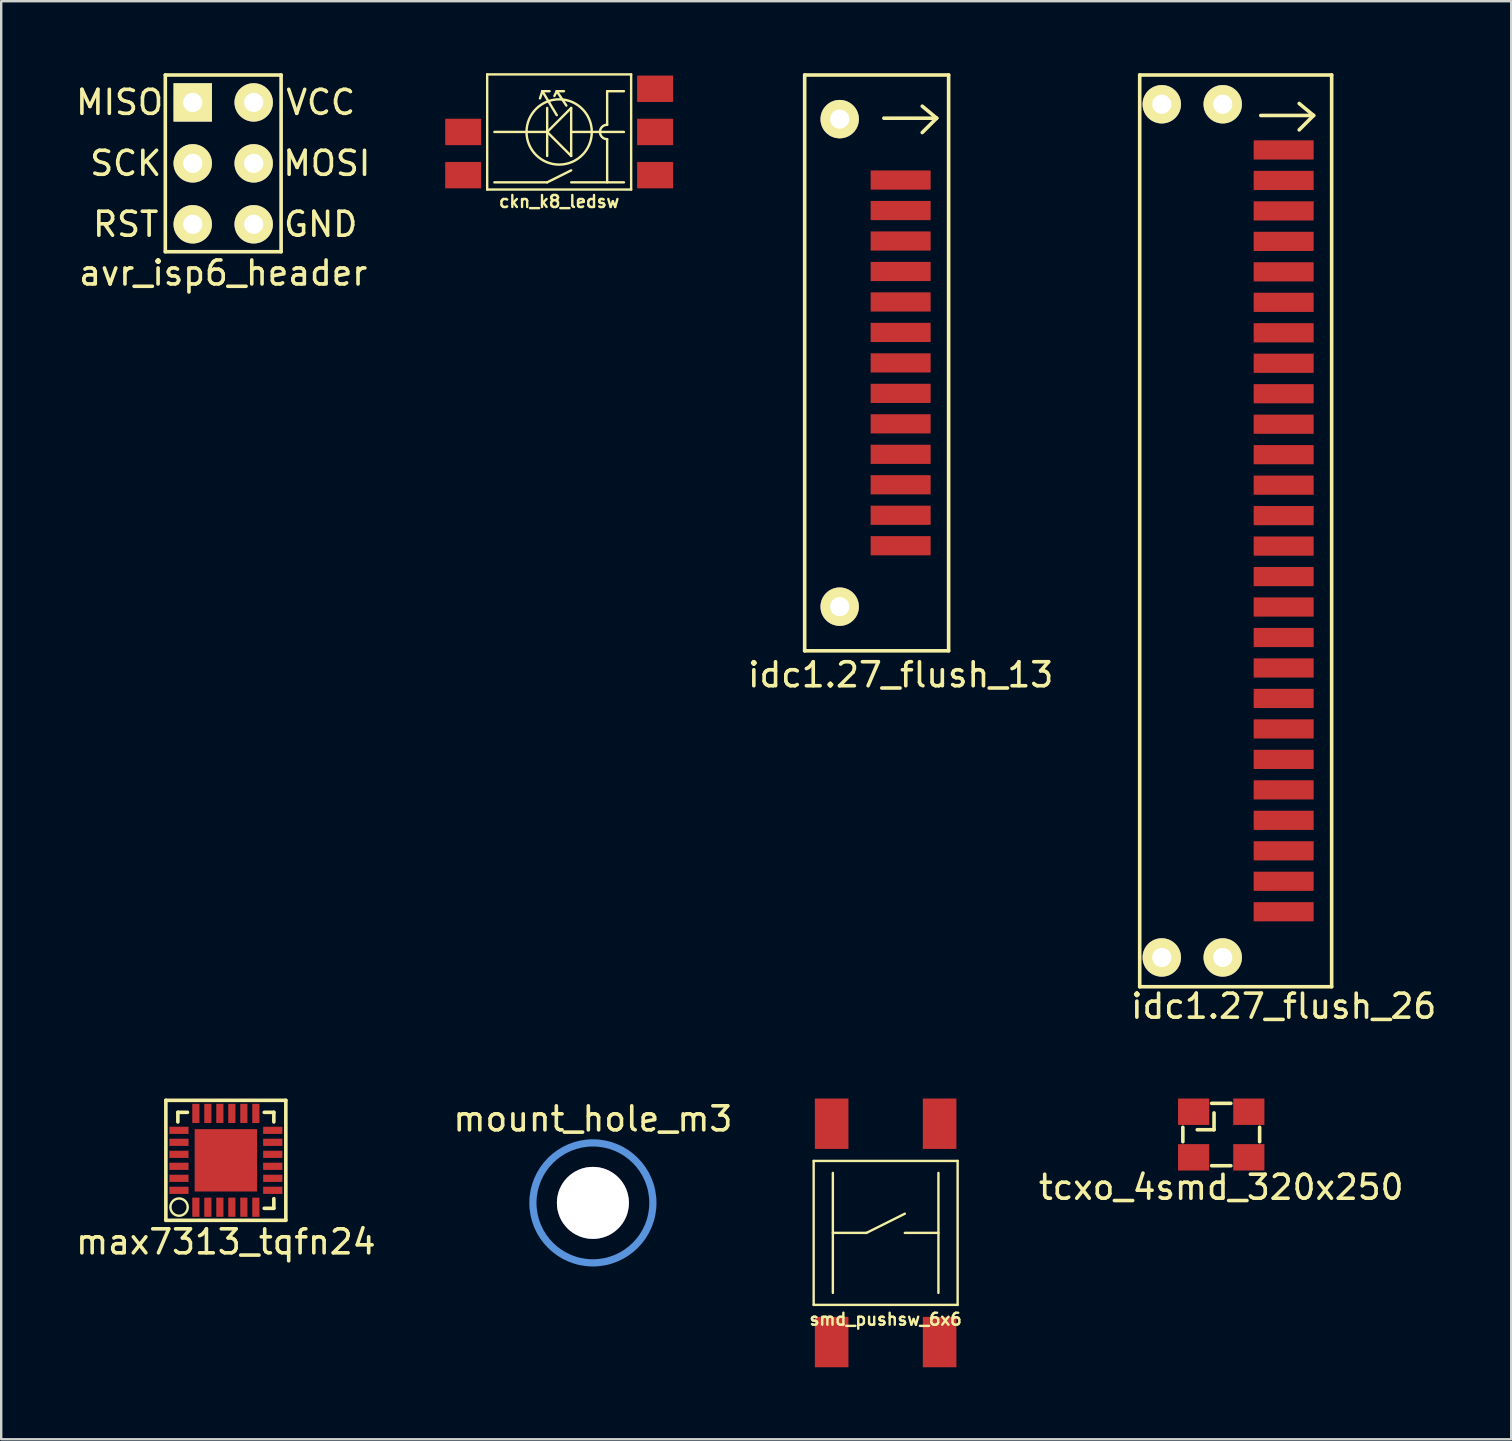
<source format=kicad_pcb>
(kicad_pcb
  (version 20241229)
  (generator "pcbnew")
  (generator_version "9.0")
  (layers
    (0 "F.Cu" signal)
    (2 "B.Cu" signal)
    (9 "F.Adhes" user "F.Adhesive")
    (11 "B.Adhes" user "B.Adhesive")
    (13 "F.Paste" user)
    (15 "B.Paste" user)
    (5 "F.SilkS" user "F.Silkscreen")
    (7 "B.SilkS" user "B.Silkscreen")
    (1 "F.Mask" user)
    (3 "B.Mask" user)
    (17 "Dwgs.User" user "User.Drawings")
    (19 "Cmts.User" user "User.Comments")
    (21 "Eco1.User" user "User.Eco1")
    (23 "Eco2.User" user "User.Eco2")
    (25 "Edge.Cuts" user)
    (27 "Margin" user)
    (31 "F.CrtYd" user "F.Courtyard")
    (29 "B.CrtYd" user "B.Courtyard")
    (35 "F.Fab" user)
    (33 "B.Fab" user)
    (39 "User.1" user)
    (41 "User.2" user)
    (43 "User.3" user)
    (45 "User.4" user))
  (footprint "avr_isp6_header"
    (layer "F.Cu")
    (at 6.253 3.758)
    (property "Reference" "avr_isp6_header" (at 0 4.572 0) (layer "F.SilkS") (effects (font (size 1 1) (thickness 0.15))))
    (attr through_hole)
    (fp_line (start -2.413 -3.683) (end 2.413 -3.683) (stroke (width 0.15) (type solid)) (layer "F.SilkS"))
    (fp_line (start -2.413 3.683) (end -2.413 -3.683) (stroke (width 0.15) (type solid)) (layer "F.SilkS"))
    (fp_line (start 2.413 -3.683) (end 2.413 3.683) (stroke (width 0.15) (type solid)) (layer "F.SilkS"))
    (fp_line (start 2.413 3.683) (end -2.413 3.683) (stroke (width 0.15) (type solid)) (layer "F.SilkS"))
    (fp_text user "GND" (at 4.064 2.54 0) (layer "F.SilkS") (effects (font (size 1 1) (thickness 0.15))))
    (fp_text user "MOSI" (at 4.318 0 0) (layer "F.SilkS") (effects (font (size 1 1) (thickness 0.15))))
    (fp_text user "VCC" (at 4.064 -2.54 0) (layer "F.SilkS") (effects (font (size 1 1) (thickness 0.15))))
    (fp_text user "RST" (at -4.064 2.54 180) (layer "F.SilkS") (effects (font (size 1 1) (thickness 0.15))))
    (fp_text user "MISO" (at -4.318 -2.54 180) (layer "F.SilkS") (effects (font (size 1 1) (thickness 0.15))))
    (fp_text user "SCK" (at -4.064 0 180) (layer "F.SilkS") (effects (font (size 1 1) (thickness 0.15))))
    (pad "1" thru_hole rect (at -1.27 -2.54) (size 1.6 1.6) (drill 0.8) (layers "*.Cu" "*.Mask" "F.SilkS"))
    (pad "2" thru_hole oval (at 1.27 -2.54) (size 1.6 1.6) (drill 0.8) (layers "*.Cu" "*.Mask" "F.SilkS"))
    (pad "3" thru_hole oval (at -1.27 0) (size 1.6 1.6) (drill 0.8) (layers "*.Cu" "*.Mask" "F.SilkS"))
    (pad "4" thru_hole oval (at 1.27 0) (size 1.6 1.6) (drill 0.8) (layers "*.Cu" "*.Mask" "F.SilkS"))
    (pad "5" thru_hole oval (at -1.27 2.54) (size 1.6 1.6) (drill 0.8) (layers "*.Cu" "*.Mask" "F.SilkS"))
    (pad "6" thru_hole oval (at 1.27 2.54) (size 1.6 1.6) (drill 0.8) (layers "*.Cu" "*.Mask" "F.SilkS")))
  (footprint "mount_hole_m3"
    (layer "F.Cu")
    (at 21.661 47.084)
    (property "Reference" "mount_hole_m3" (at 0 -3.5 0) (layer "F.SilkS") (effects (font (size 1 1) (thickness 0.15))))
    (attr through_hole)
    (fp_circle (center 0 0) (end 2.5 0) (stroke (width 0.3) (type solid)) (fill no) (layer "Cmts.User"))
    (pad "" thru_hole circle (at 0 0) (size 3 3) (drill 3) (layers)))
  (footprint "tcxo_4smd_320x250"
    (layer "F.Cu")
    (at 47.849 44.235)
    (property "Reference" "tcxo_4smd_320x250" (at 0 2.2 0) (layer "F.SilkS") (effects (font (size 1 1) (thickness 0.15))))
    (attr through_hole)
    (fp_line (start -1.6 0.3) (end -1.6 -0.3) (stroke (width 0.15) (type solid)) (layer "F.SilkS"))
    (fp_line (start -0.4 -1.3) (end 0.4 -1.3) (stroke (width 0.15) (type solid)) (layer "F.SilkS"))
    (fp_line (start -0.4 1.3) (end 0.4 1.3) (stroke (width 0.15) (type solid)) (layer "F.SilkS"))
    (fp_line (start -0.3 -0.2) (end -1 -0.2) (stroke (width 0.15) (type solid)) (layer "F.SilkS"))
    (fp_line (start -0.3 -0.2) (end -0.3 -0.9) (stroke (width 0.15) (type solid)) (layer "F.SilkS"))
    (fp_line (start 1.6 0.3) (end 1.6 -0.3) (stroke (width 0.15) (type solid)) (layer "F.SilkS"))
    (pad "1" smd rect (at -1.15 -0.95) (size 1.3 1.1) (layers "F.Cu" "F.Mask" "F.Paste"))
    (pad "2" smd rect (at 1.15 -0.95) (size 1.3 1.1) (layers "F.Cu" "F.Mask" "F.Paste"))
    (pad "3" smd rect (at 1.15 0.95) (size 1.3 1.1) (layers "F.Cu" "F.Mask" "F.Paste"))
    (pad "4" smd rect (at -1.15 0.95) (size 1.3 1.1) (layers "F.Cu" "F.Mask" "F.Paste")))
  (footprint "idc1.27_flush_26"
    (layer "F.Cu")
    (at 50.451 19.075)
    (property "Reference" "idc1.27_flush_26" (at 0 19.812 0) (layer "F.SilkS") (effects (font (size 1 1) (thickness 0.15))))
    (attr through_hole)
    (fp_line (start -6 -19) (end -6 19) (stroke (width 0.15) (type solid)) (layer "F.SilkS"))
    (fp_line (start -6 19) (end 2 19) (stroke (width 0.15) (type solid)) (layer "F.SilkS"))
    (fp_line (start -0.954 -17.312) (end 1.246 -17.312) (stroke (width 0.15) (type solid)) (layer "F.SilkS"))
    (fp_line (start 0.646 -16.712) (end 1.246 -17.312) (stroke (width 0.15) (type solid)) (layer "F.SilkS"))
    (fp_line (start 1.246 -17.312) (end 0.646 -17.812) (stroke (width 0.15) (type solid)) (layer "F.SilkS"))
    (fp_line (start 2 -19) (end -6 -19) (stroke (width 0.15) (type solid)) (layer "F.SilkS"))
    (fp_line (start 2 19) (end 2 -19) (stroke (width 0.15) (type solid)) (layer "F.SilkS"))
    (pad "" thru_hole circle (at -5.08 -17.78) (size 1.6 1.6) (drill 0.8) (layers "*.Cu" "*.Mask" "F.SilkS"))
    (pad "" thru_hole circle (at -5.08 17.78) (size 1.6 1.6) (drill 0.8) (layers "*.Cu" "*.Mask" "F.SilkS"))
    (pad "" thru_hole circle (at -2.54 -17.78) (size 1.6 1.6) (drill 0.8) (layers "*.Cu" "*.Mask" "F.SilkS"))
    (pad "" thru_hole circle (at -2.54 17.78) (size 1.6 1.6) (drill 0.8) (layers "*.Cu" "*.Mask" "F.SilkS"))
    (pad "1" smd rect (at 0 -15.875) (size 2.5 0.8) (layers "F.Cu" "F.Mask" "F.Paste"))
    (pad "2" smd rect (at 0 -14.605) (size 2.5 0.8) (layers "F.Cu" "F.Mask" "F.Paste"))
    (pad "3" smd rect (at 0 -13.335) (size 2.5 0.8) (layers "F.Cu" "F.Mask" "F.Paste"))
    (pad "4" smd rect (at 0 -12.065) (size 2.5 0.8) (layers "F.Cu" "F.Mask" "F.Paste"))
    (pad "5" smd rect (at 0 -10.795) (size 2.5 0.8) (layers "F.Cu" "F.Mask" "F.Paste"))
    (pad "6" smd rect (at 0 -9.525) (size 2.5 0.8) (layers "F.Cu" "F.Mask" "F.Paste"))
    (pad "7" smd rect (at 0 -8.255) (size 2.5 0.8) (layers "F.Cu" "F.Mask" "F.Paste"))
    (pad "8" smd rect (at 0 -6.985) (size 2.5 0.8) (layers "F.Cu" "F.Mask" "F.Paste"))
    (pad "9" smd rect (at 0 -5.715) (size 2.5 0.8) (layers "F.Cu" "F.Mask" "F.Paste"))
    (pad "10" smd rect (at 0 -4.445) (size 2.5 0.8) (layers "F.Cu" "F.Mask" "F.Paste"))
    (pad "11" smd rect (at 0 -3.175) (size 2.5 0.8) (layers "F.Cu" "F.Mask" "F.Paste"))
    (pad "12" smd rect (at 0 -1.905) (size 2.5 0.8) (layers "F.Cu" "F.Mask" "F.Paste"))
    (pad "13" smd rect (at 0 -0.635) (size 2.5 0.8) (layers "F.Cu" "F.Mask" "F.Paste"))
    (pad "14" smd rect (at 0 0.635) (size 2.5 0.8) (layers "F.Cu" "F.Mask" "F.Paste"))
    (pad "15" smd rect (at 0 1.905) (size 2.5 0.8) (layers "F.Cu" "F.Mask" "F.Paste"))
    (pad "16" smd rect (at 0 3.175) (size 2.5 0.8) (layers "F.Cu" "F.Mask" "F.Paste"))
    (pad "17" smd rect (at 0 4.445) (size 2.5 0.8) (layers "F.Cu" "F.Mask" "F.Paste"))
    (pad "18" smd rect (at 0 5.715) (size 2.5 0.8) (layers "F.Cu" "F.Mask" "F.Paste"))
    (pad "19" smd rect (at 0 6.985) (size 2.5 0.8) (layers "F.Cu" "F.Mask" "F.Paste"))
    (pad "20" smd rect (at 0 8.255) (size 2.5 0.8) (layers "F.Cu" "F.Mask" "F.Paste"))
    (pad "21" smd rect (at 0 9.525) (size 2.5 0.8) (layers "F.Cu" "F.Mask" "F.Paste"))
    (pad "22" smd rect (at 0 10.795) (size 2.5 0.8) (layers "F.Cu" "F.Mask" "F.Paste"))
    (pad "23" smd rect (at 0 12.065) (size 2.5 0.8) (layers "F.Cu" "F.Mask" "F.Paste"))
    (pad "24" smd rect (at 0 13.335) (size 2.5 0.8) (layers "F.Cu" "F.Mask" "F.Paste"))
    (pad "25" smd rect (at 0 14.605) (size 2.5 0.8) (layers "F.Cu" "F.Mask" "F.Paste"))
    (pad "26" smd rect (at 0 15.875) (size 2.5 0.8) (layers "F.Cu" "F.Mask" "F.Paste")))
  (footprint "smd_pushsw_6x6"
    (layer "F.Cu")
    (at 33.862 48.335)
    (property "Reference" "smd_pushsw_6x6" (at 0 3.6 0) (layer "F.SilkS") (effects (font (size 0.5 0.5) (thickness 0.1))))
    (attr through_hole)
    (fp_line (start -3 -3) (end -3 3) (stroke (width 0.1) (type solid)) (layer "F.SilkS"))
    (fp_line (start -3 3) (end 3 3) (stroke (width 0.1) (type solid)) (layer "F.SilkS"))
    (fp_line (start -2.2 -2.5) (end -2.2 2.5) (stroke (width 0.1) (type solid)) (layer "F.SilkS"))
    (fp_line (start -0.8 0) (end -2.2 0) (stroke (width 0.1) (type solid)) (layer "F.SilkS"))
    (fp_line (start -0.8 0) (end 0.8 -0.8) (stroke (width 0.1) (type solid)) (layer "F.SilkS"))
    (fp_line (start 0.8 0) (end 2.2 0) (stroke (width 0.1) (type solid)) (layer "F.SilkS"))
    (fp_line (start 2.2 -2.5) (end 2.2 2.5) (stroke (width 0.1) (type solid)) (layer "F.SilkS"))
    (fp_line (start 3 -3) (end -3 -3) (stroke (width 0.1) (type solid)) (layer "F.SilkS"))
    (fp_line (start 3 3) (end 3 -3) (stroke (width 0.1) (type solid)) (layer "F.SilkS"))
    (pad "1" smd rect (at 2.25 -4.55) (size 1.4 2.1) (layers "F.Cu" "F.Mask" "F.Paste"))
    (pad "2" smd rect (at 2.25 4.55) (size 1.4 2.1) (layers "F.Cu" "F.Mask" "F.Paste"))
    (pad "3" smd rect (at -2.25 -4.55) (size 1.4 2.1) (layers "F.Cu" "F.Mask" "F.Paste"))
    (pad "4" smd rect (at -2.25 4.55) (size 1.4 2.1) (layers "F.Cu" "F.Mask" "F.Paste")))
  (footprint "idc1.27_flush_13"
    (layer "F.Cu")
    (at 34.487 12.075)
    (property "Reference" "idc1.27_flush_13" (at 0 13 0) (layer "F.SilkS") (effects (font (size 1 1) (thickness 0.15))))
    (attr through_hole)
    (fp_line (start -4 -12) (end 2 -12) (stroke (width 0.15) (type solid)) (layer "F.SilkS"))
    (fp_line (start -4 12) (end -4 -12) (stroke (width 0.15) (type solid)) (layer "F.SilkS"))
    (fp_line (start -0.7 -10.2) (end 1.5 -10.2) (stroke (width 0.15) (type solid)) (layer "F.SilkS"))
    (fp_line (start 0.9 -9.6) (end 1.5 -10.2) (stroke (width 0.15) (type solid)) (layer "F.SilkS"))
    (fp_line (start 1.5 -10.2) (end 0.9 -10.7) (stroke (width 0.15) (type solid)) (layer "F.SilkS"))
    (fp_line (start 2 -12) (end 2 12) (stroke (width 0.15) (type solid)) (layer "F.SilkS"))
    (fp_line (start 2 12) (end -4 12) (stroke (width 0.15) (type solid)) (layer "F.SilkS"))
    (pad "" thru_hole circle (at -2.54 -10.16) (size 1.6 1.6) (drill 0.8) (layers "*.Cu" "*.Mask" "F.SilkS"))
    (pad "" thru_hole circle (at -2.54 10.16) (size 1.6 1.6) (drill 0.8) (layers "*.Cu" "*.Mask" "F.SilkS"))
    (pad "1" smd rect (at 0 -7.62) (size 2.5 0.8) (layers "F.Cu" "F.Mask" "F.Paste"))
    (pad "2" smd rect (at 0 -6.35) (size 2.5 0.8) (layers "F.Cu" "F.Mask" "F.Paste"))
    (pad "3" smd rect (at 0 -5.08) (size 2.5 0.8) (layers "F.Cu" "F.Mask" "F.Paste"))
    (pad "4" smd rect (at 0 -3.81) (size 2.5 0.8) (layers "F.Cu" "F.Mask" "F.Paste"))
    (pad "5" smd rect (at 0 -2.54) (size 2.5 0.8) (layers "F.Cu" "F.Mask" "F.Paste"))
    (pad "6" smd rect (at 0 -1.27) (size 2.5 0.8) (layers "F.Cu" "F.Mask" "F.Paste"))
    (pad "7" smd rect (at 0 0) (size 2.5 0.8) (layers "F.Cu" "F.Mask" "F.Paste"))
    (pad "8" smd rect (at 0 1.27) (size 2.5 0.8) (layers "F.Cu" "F.Mask" "F.Paste"))
    (pad "9" smd rect (at 0 2.54) (size 2.5 0.8) (layers "F.Cu" "F.Mask" "F.Paste"))
    (pad "10" smd rect (at 0 3.81) (size 2.5 0.8) (layers "F.Cu" "F.Mask" "F.Paste"))
    (pad "11" smd rect (at 0 5.08) (size 2.5 0.8) (layers "F.Cu" "F.Mask" "F.Paste"))
    (pad "12" smd rect (at 0 6.35) (size 2.5 0.8) (layers "F.Cu" "F.Mask" "F.Paste"))
    (pad "13" smd rect (at 0 7.62) (size 2.5 0.8) (layers "F.Cu" "F.Mask" "F.Paste")))
  (footprint "ckn_k8_ledsw"
    (layer "F.Cu")
    (at 20.255 2.45)
    (property "Reference" "ckn_k8_ledsw" (at 0 2.9 0) (layer "F.SilkS") (effects (font (size 0.5 0.5) (thickness 0.1))))
    (attr through_hole)
    (fp_line (start -3 -2.4) (end -3 2.4) (stroke (width 0.1) (type solid)) (layer "F.SilkS"))
    (fp_line (start -3 2.4) (end 3 2.4) (stroke (width 0.1) (type solid)) (layer "F.SilkS"))
    (fp_line (start -0.7 -1.7) (end -0.8 -1.4) (stroke (width 0.1) (type solid)) (layer "F.SilkS"))
    (fp_line (start -0.7 -1.7) (end -0.4 -1.7) (stroke (width 0.1) (type solid)) (layer "F.SilkS"))
    (fp_line (start -0.5 0) (end -2.7 0) (stroke (width 0.1) (type solid)) (layer "F.SilkS"))
    (fp_line (start -0.5 0) (end 0.5 -1) (stroke (width 0.1) (type solid)) (layer "F.SilkS"))
    (fp_line (start -0.5 1) (end -0.5 -1) (stroke (width 0.1) (type solid)) (layer "F.SilkS"))
    (fp_line (start -0.5 2.1) (end -2.7 2.1) (stroke (width 0.1) (type solid)) (layer "F.SilkS"))
    (fp_line (start -0.5 2.1) (end 0.5 1.6) (stroke (width 0.1) (type solid)) (layer "F.SilkS"))
    (fp_line (start -0.1 -1.7) (end -0.2 -1.5) (stroke (width 0.1) (type solid)) (layer "F.SilkS"))
    (fp_line (start -0.1 -1.7) (end 0.2 -1.7) (stroke (width 0.1) (type solid)) (layer "F.SilkS"))
    (fp_line (start -0.1 -0.7) (end -0.7 -1.7) (stroke (width 0.1) (type solid)) (layer "F.SilkS"))
    (fp_line (start 0.3 -1.1) (end -0.1 -1.7) (stroke (width 0.1) (type solid)) (layer "F.SilkS"))
    (fp_line (start 0.5 -1) (end 0.5 1) (stroke (width 0.1) (type solid)) (layer "F.SilkS"))
    (fp_line (start 0.5 0) (end 2.7 0) (stroke (width 0.1) (type solid)) (layer "F.SilkS"))
    (fp_line (start 0.5 1) (end -0.5 0) (stroke (width 0.1) (type solid)) (layer "F.SilkS"))
    (fp_line (start 0.5 2.1) (end 2.7 2.1) (stroke (width 0.1) (type solid)) (layer "F.SilkS"))
    (fp_line (start 2 -1.7) (end 2.7 -1.7) (stroke (width 0.1) (type solid)) (layer "F.SilkS"))
    (fp_line (start 2 -0.3) (end 2 -1.7) (stroke (width 0.1) (type solid)) (layer "F.SilkS"))
    (fp_line (start 2 0.3) (end 2 2.1) (stroke (width 0.1) (type solid)) (layer "F.SilkS"))
    (fp_line (start 3 -2.4) (end -3 -2.4) (stroke (width 0.1) (type solid)) (layer "F.SilkS"))
    (fp_line (start 3 2.4) (end 3 -2.4) (stroke (width 0.1) (type solid)) (layer "F.SilkS"))
    (fp_arc (start 1.7 0) (mid 1.787868 -0.212132) (end 2 -0.3) (stroke (width 0.1) (type solid)) (layer "F.SilkS"))
    (fp_arc (start 2 0.3) (mid 1.787868 0.212132) (end 1.7 0) (stroke (width 0.1) (type solid)) (layer "F.SilkS"))
    (fp_circle (center 0 0) (end 0.4 -1.3) (stroke (width 0.1) (type solid)) (fill no) (layer "F.SilkS"))
    (pad "1" smd rect (at 4 -1.8) (size 1.5 1.1) (layers "F.Cu" "F.Mask" "F.Paste"))
    (pad "2" smd rect (at 4 0) (size 1.5 1.1) (layers "F.Cu" "F.Mask" "F.Paste"))
    (pad "3" smd rect (at 4 1.8) (size 1.5 1.1) (layers "F.Cu" "F.Mask" "F.Paste"))
    (pad "4" smd rect (at -4 1.8) (size 1.5 1.1) (layers "F.Cu" "F.Mask" "F.Paste"))
    (pad "5" smd rect (at -4 0) (size 1.5 1.1) (layers "F.Cu" "F.Mask" "F.Paste")))
  (footprint "max7313_tqfn24"
    (layer "F.Cu")
    (at 6.363 45.31)
    (property "Reference" "max7313_tqfn24" (at 0 3.4 0) (layer "F.SilkS") (effects (font (size 1 1) (thickness 0.15))))
    (attr smd)
    (fp_line (start -2.5 -2.5) (end -2.5 2.5) (stroke (width 0.15) (type solid)) (layer "F.SilkS"))
    (fp_line (start -2.5 2.5) (end 2.5 2.5) (stroke (width 0.15) (type solid)) (layer "F.SilkS"))
    (fp_line (start -2 -2) (end -1.6 -2) (stroke (width 0.15) (type solid)) (layer "F.SilkS"))
    (fp_line (start -2 -1.6) (end -2 -2) (stroke (width 0.15) (type solid)) (layer "F.SilkS"))
    (fp_line (start 1.6 -2) (end 2 -2) (stroke (width 0.15) (type solid)) (layer "F.SilkS"))
    (fp_line (start 2 -2) (end 2 -1.6) (stroke (width 0.15) (type solid)) (layer "F.SilkS"))
    (fp_line (start 2 1.6) (end 2 2) (stroke (width 0.15) (type solid)) (layer "F.SilkS"))
    (fp_line (start 2 2) (end 1.6 2) (stroke (width 0.15) (type solid)) (layer "F.SilkS"))
    (fp_line (start 2.5 -2.5) (end -2.5 -2.5) (stroke (width 0.15) (type solid)) (layer "F.SilkS"))
    (fp_line (start 2.5 2.5) (end 2.5 -2.5) (stroke (width 0.15) (type solid)) (layer "F.SilkS"))
    (fp_circle (center -1.95 1.95) (end -2.25 1.75) (stroke (width 0.1) (type solid)) (fill no) (layer "F.SilkS"))
    (pad "1" smd rect (at -1.25 1.955 90) (size 0.8 0.3) (layers "F.Cu" "F.Mask" "F.Paste"))
    (pad "2" smd rect (at -0.75 1.955 90) (size 0.8 0.3) (layers "F.Cu" "F.Mask" "F.Paste"))
    (pad "3" smd rect (at -0.25 1.955 90) (size 0.8 0.3) (layers "F.Cu" "F.Mask" "F.Paste"))
    (pad "4" smd rect (at 0.25 1.955 90) (size 0.8 0.3) (layers "F.Cu" "F.Mask" "F.Paste"))
    (pad "5" smd rect (at 0.75 1.955 90) (size 0.8 0.3) (layers "F.Cu" "F.Mask" "F.Paste"))
    (pad "6" smd rect (at 1.25 1.955 90) (size 0.8 0.3) (layers "F.Cu" "F.Mask" "F.Paste"))
    (pad "7" smd rect (at 1.955 1.25) (size 0.8 0.3) (layers "F.Cu" "F.Mask" "F.Paste"))
    (pad "8" smd rect (at 1.955 0.75) (size 0.8 0.3) (layers "F.Cu" "F.Mask" "F.Paste"))
    (pad "9" smd rect (at 1.955 0.25) (size 0.8 0.3) (layers "F.Cu" "F.Mask" "F.Paste"))
    (pad "10" smd rect (at 1.955 -0.25) (size 0.8 0.3) (layers "F.Cu" "F.Mask" "F.Paste"))
    (pad "11" smd rect (at 1.955 -0.75) (size 0.8 0.3) (layers "F.Cu" "F.Mask" "F.Paste"))
    (pad "12" smd rect (at 1.955 -1.25) (size 0.8 0.3) (layers "F.Cu" "F.Mask" "F.Paste"))
    (pad "13" smd rect (at 1.25 -1.955 90) (size 0.8 0.3) (layers "F.Cu" "F.Mask" "F.Paste"))
    (pad "14" smd rect (at 0.75 -1.955 90) (size 0.8 0.3) (layers "F.Cu" "F.Mask" "F.Paste"))
    (pad "15" smd rect (at 0.25 -1.955 90) (size 0.8 0.3) (layers "F.Cu" "F.Mask" "F.Paste"))
    (pad "16" smd rect (at -0.25 -1.955 90) (size 0.8 0.3) (layers "F.Cu" "F.Mask" "F.Paste"))
    (pad "17" smd rect (at -0.75 -1.955 90) (size 0.8 0.3) (layers "F.Cu" "F.Mask" "F.Paste"))
    (pad "18" smd rect (at -1.25 -1.955 90) (size 0.8 0.3) (layers "F.Cu" "F.Mask" "F.Paste"))
    (pad "19" smd rect (at -1.955 -1.25) (size 0.8 0.3) (layers "F.Cu" "F.Mask" "F.Paste"))
    (pad "20" smd rect (at -1.955 -0.75) (size 0.8 0.3) (layers "F.Cu" "F.Mask" "F.Paste"))
    (pad "21" smd rect (at -1.955 -0.25) (size 0.8 0.3) (layers "F.Cu" "F.Mask" "F.Paste"))
    (pad "22" smd rect (at -1.955 0.25) (size 0.8 0.3) (layers "F.Cu" "F.Mask" "F.Paste"))
    (pad "23" smd rect (at -1.955 0.75) (size 0.8 0.3) (layers "F.Cu" "F.Mask" "F.Paste"))
    (pad "24" smd rect (at -1.955 1.25) (size 0.8 0.3) (layers "F.Cu" "F.Mask" "F.Paste"))
    (pad "25" smd rect (at 0 0) (size 2.6 2.6) (layers "F.Cu" "F.Mask" "F.Paste")))
  (gr_rect
    (start -3 -3)
    (end 59.934 56.935)
    (stroke (width 0.1) (type default))
    (fill no)
    (layer "Edge.Cuts")))
</source>
